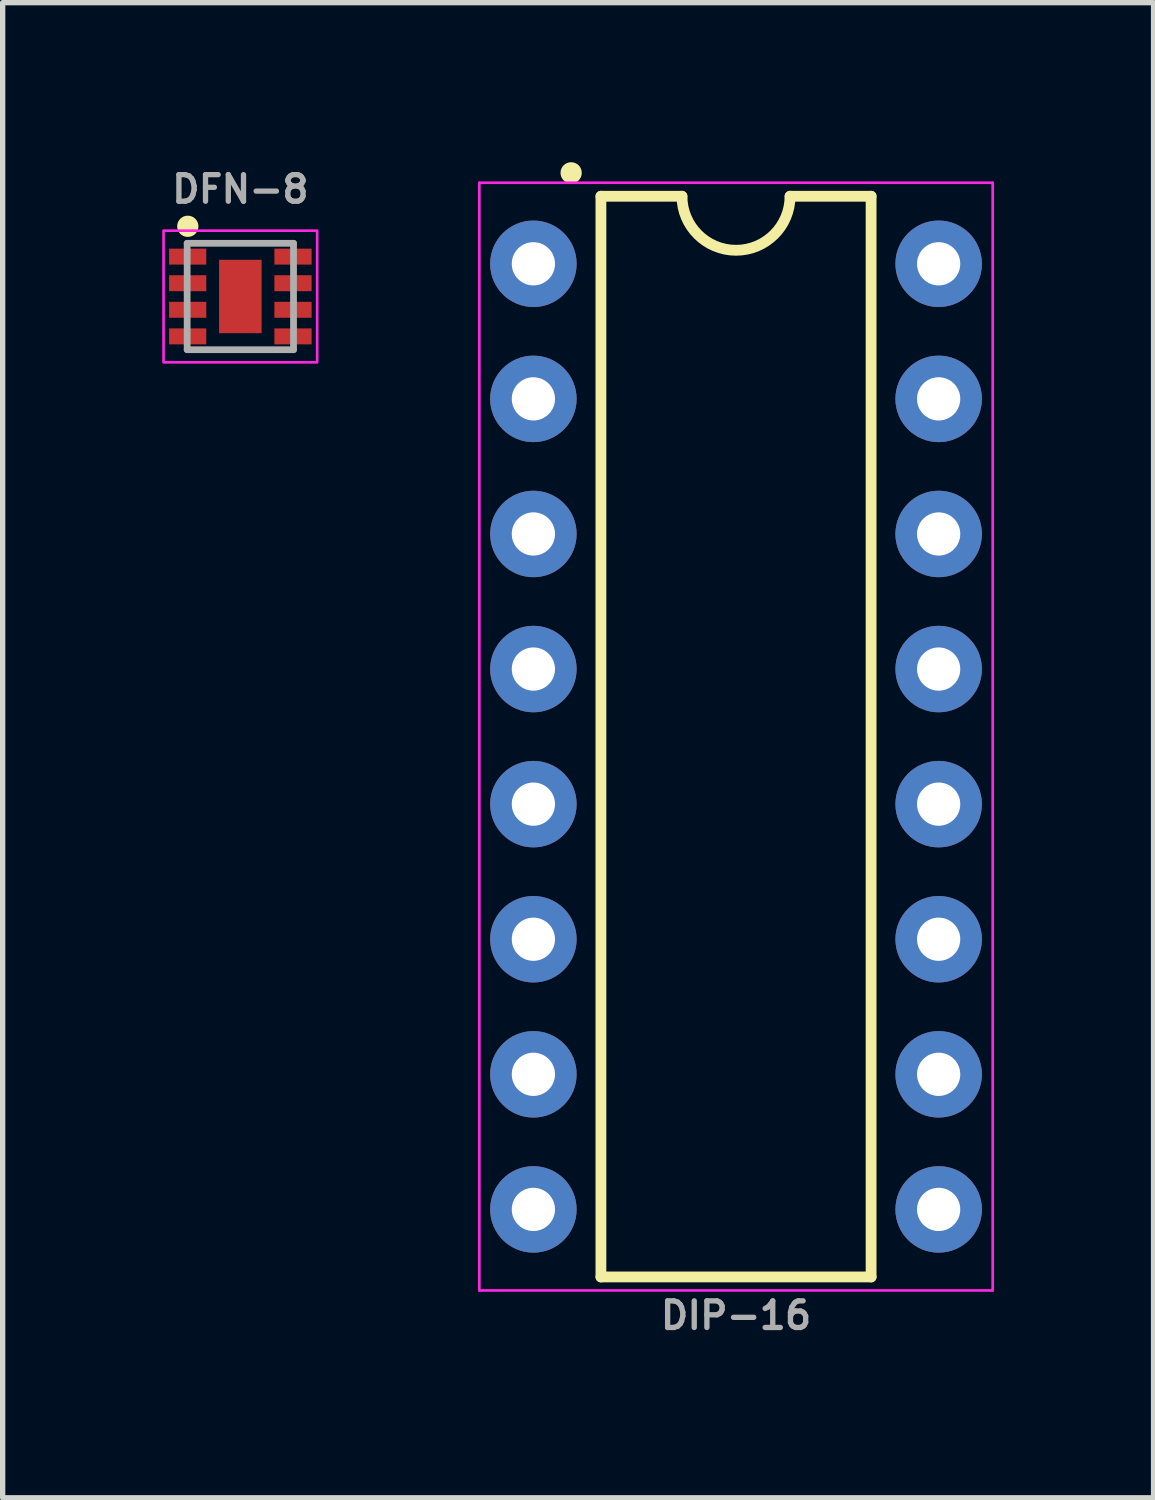
<source format=kicad_pcb>
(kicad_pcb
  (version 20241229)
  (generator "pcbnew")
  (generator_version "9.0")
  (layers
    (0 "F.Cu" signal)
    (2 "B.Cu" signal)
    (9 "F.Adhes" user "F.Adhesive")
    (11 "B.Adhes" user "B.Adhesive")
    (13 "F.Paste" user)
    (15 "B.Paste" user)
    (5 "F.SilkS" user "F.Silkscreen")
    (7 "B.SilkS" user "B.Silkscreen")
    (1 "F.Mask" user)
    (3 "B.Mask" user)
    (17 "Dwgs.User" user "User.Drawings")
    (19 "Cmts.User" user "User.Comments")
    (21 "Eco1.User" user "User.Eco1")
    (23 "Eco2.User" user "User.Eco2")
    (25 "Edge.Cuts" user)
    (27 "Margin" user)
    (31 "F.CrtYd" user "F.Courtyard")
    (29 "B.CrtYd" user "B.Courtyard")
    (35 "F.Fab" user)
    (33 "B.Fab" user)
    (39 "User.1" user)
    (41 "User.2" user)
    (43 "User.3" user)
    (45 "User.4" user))
  (footprint "DIP-16"
    (layer "F.Cu")
    (at 10.789 10.8)
    (property "Reference" "DIP-16" (at 0 11.176 0) (layer "F.Fab") (effects (font (size 0.5 0.5) (thickness 0.1) (bold yes)) (justify bottom)))
    (attr through_hole)
    (fp_line (start -2.54 -10.16) (end -2.54 10.16) (stroke (width 0.203) (type solid)) (layer "F.SilkS"))
    (fp_line (start -2.54 -10.16) (end -1.016 -10.16) (stroke (width 0.203) (type solid)) (layer "F.SilkS"))
    (fp_line (start 2.54 -10.16) (end 1.016 -10.16) (stroke (width 0.203) (type solid)) (layer "F.SilkS"))
    (fp_line (start 2.54 10.16) (end -2.54 10.16) (stroke (width 0.203) (type solid)) (layer "F.SilkS"))
    (fp_line (start 2.54 10.16) (end 2.54 -10.16) (stroke (width 0.203) (type solid)) (layer "F.SilkS"))
    (fp_arc (start 1.016 -10.16) (mid 0 -9.144) (end -1.016 -10.16) (stroke (width 0.2032) (type solid)) (layer "F.SilkS"))
    (fp_circle (center -3.1 -10.6) (end -3.2 -10.6) (stroke (width 0.2) (type solid)) (fill yes) (layer "F.SilkS"))
    (fp_line (start -4.826 -10.414) (end 4.826 -10.414) (stroke (width 0.05) (type default)) (layer "F.CrtYd"))
    (fp_line (start -4.826 10.414) (end -4.826 -10.414) (stroke (width 0.05) (type default)) (layer "F.CrtYd"))
    (fp_line (start 4.826 -10.414) (end 4.826 10.414) (stroke (width 0.05) (type default)) (layer "F.CrtYd"))
    (fp_line (start 4.826 10.414) (end -4.826 10.414) (stroke (width 0.05) (type default)) (layer "F.CrtYd"))
    (pad "1" thru_hole circle (at -3.81 -8.89) (size 1.626 1.626) (drill 0.813) (layers "*.Cu" "*.Mask"))
    (pad "2" thru_hole circle (at -3.81 -6.35) (size 1.626 1.626) (drill 0.813) (layers "*.Cu" "*.Mask"))
    (pad "3" thru_hole circle (at -3.81 -3.81) (size 1.626 1.626) (drill 0.813) (layers "*.Cu" "*.Mask"))
    (pad "4" thru_hole circle (at -3.81 -1.27) (size 1.626 1.626) (drill 0.813) (layers "*.Cu" "*.Mask"))
    (pad "5" thru_hole circle (at -3.81 1.27) (size 1.626 1.626) (drill 0.813) (layers "*.Cu" "*.Mask"))
    (pad "6" thru_hole circle (at -3.81 3.81) (size 1.626 1.626) (drill 0.813) (layers "*.Cu" "*.Mask"))
    (pad "7" thru_hole circle (at -3.81 6.35) (size 1.626 1.626) (drill 0.813) (layers "*.Cu" "*.Mask"))
    (pad "8" thru_hole circle (at -3.81 8.89) (size 1.626 1.626) (drill 0.813) (layers "*.Cu" "*.Mask"))
    (pad "9" thru_hole circle (at 3.81 8.89) (size 1.626 1.626) (drill 0.813) (layers "*.Cu" "*.Mask"))
    (pad "10" thru_hole circle (at 3.81 6.35) (size 1.626 1.626) (drill 0.813) (layers "*.Cu" "*.Mask"))
    (pad "11" thru_hole circle (at 3.81 3.81) (size 1.626 1.626) (drill 0.813) (layers "*.Cu" "*.Mask"))
    (pad "12" thru_hole circle (at 3.81 1.27) (size 1.626 1.626) (drill 0.813) (layers "*.Cu" "*.Mask"))
    (pad "13" thru_hole circle (at 3.81 -1.27) (size 1.626 1.626) (drill 0.813) (layers "*.Cu" "*.Mask"))
    (pad "14" thru_hole circle (at 3.81 -3.81) (size 1.626 1.626) (drill 0.813) (layers "*.Cu" "*.Mask"))
    (pad "15" thru_hole circle (at 3.81 -6.35) (size 1.626 1.626) (drill 0.813) (layers "*.Cu" "*.Mask"))
    (pad "16" thru_hole circle (at 3.81 -8.89) (size 1.626 1.626) (drill 0.813) (layers "*.Cu" "*.Mask")))
  (footprint "DFN-8"
    (layer "F.Cu")
    (at 1.469 2.525)
    (property "Reference" "DFN-8" (at 0 -1.725 0) (layer "F.Fab") (effects (font (size 0.5 0.5) (thickness 0.1) (bold yes)) (justify bottom)))
    (attr smd)
    (fp_poly (pts (xy -1.43 -0.97) (xy -1.43 -0.53) (xy -0.59 -0.53) (xy -0.59 -0.97)) (stroke (width 0) (type default)) (fill yes) (layer "F.Mask"))
    (fp_poly (pts (xy -1.43 -0.47) (xy -1.43 -0.03) (xy -0.59 -0.03) (xy -0.59 -0.47)) (stroke (width 0) (type default)) (fill yes) (layer "F.Mask"))
    (fp_poly (pts (xy -1.43 0.03) (xy -1.43 0.47) (xy -0.59 0.47) (xy -0.59 0.03)) (stroke (width 0) (type default)) (fill yes) (layer "F.Mask"))
    (fp_poly (pts (xy -1.43 0.53) (xy -1.43 0.97) (xy -0.59 0.97) (xy -0.59 0.53)) (stroke (width 0) (type default)) (fill yes) (layer "F.Mask"))
    (fp_poly (pts (xy -0.47 -0.76) (xy -0.47 0.76) (xy 0.47 0.76) (xy 0.47 -0.76)) (stroke (width 0) (type default)) (fill yes) (layer "F.Mask"))
    (fp_poly (pts (xy 0.57 -0.97) (xy 0.57 -0.53) (xy 1.41 -0.53) (xy 1.41 -0.97)) (stroke (width 0) (type default)) (fill yes) (layer "F.Mask"))
    (fp_poly (pts (xy 0.57 -0.47) (xy 0.57 -0.03) (xy 1.41 -0.03) (xy 1.41 -0.47)) (stroke (width 0) (type default)) (fill yes) (layer "F.Mask"))
    (fp_poly (pts (xy 0.57 0.03) (xy 0.57 0.47) (xy 1.41 0.47) (xy 1.41 0.03)) (stroke (width 0) (type default)) (fill yes) (layer "F.Mask"))
    (fp_poly (pts (xy 0.57 0.53) (xy 0.57 0.97) (xy 1.41 0.97) (xy 1.41 0.53)) (stroke (width 0) (type default)) (fill yes) (layer "F.Mask"))
    (fp_circle (center -0.988 -1.32) (end -1.088 -1.32) (stroke (width 0.2) (type solid)) (fill yes) (layer "F.SilkS"))
    (fp_poly (pts (xy -1.337 -0.875) (xy -1.337 -0.625) (xy -0.7 -0.625) (xy -0.7 -0.875)) (stroke (width 0) (type default)) (fill yes) (layer "F.Paste"))
    (fp_poly (pts (xy -1.337 -0.375) (xy -1.337 -0.125) (xy -0.7 -0.125) (xy -0.7 -0.375)) (stroke (width 0) (type default)) (fill yes) (layer "F.Paste"))
    (fp_poly (pts (xy -1.337 0.125) (xy -1.337 0.375) (xy -0.7 0.375) (xy -0.7 0.125)) (stroke (width 0) (type default)) (fill yes) (layer "F.Paste"))
    (fp_poly (pts (xy -1.337 0.625) (xy -1.337 0.875) (xy -0.7 0.875) (xy -0.7 0.625)) (stroke (width 0) (type default)) (fill yes) (layer "F.Paste"))
    (fp_poly (pts (xy -0.32 -0.59) (xy -0.32 -0.09) (xy 0.32 -0.09) (xy 0.32 -0.59)) (stroke (width 0) (type default)) (fill yes) (layer "F.Paste"))
    (fp_poly (pts (xy -0.32 0.09) (xy -0.32 0.59) (xy 0.32 0.59) (xy 0.32 0.09)) (stroke (width 0) (type default)) (fill yes) (layer "F.Paste"))
    (fp_poly (pts (xy 0.7 -0.875) (xy 0.7 -0.625) (xy 1.337 -0.625) (xy 1.337 -0.875)) (stroke (width 0) (type default)) (fill yes) (layer "F.Paste"))
    (fp_poly (pts (xy 0.7 -0.375) (xy 0.7 -0.125) (xy 1.337 -0.125) (xy 1.337 -0.375)) (stroke (width 0) (type default)) (fill yes) (layer "F.Paste"))
    (fp_poly (pts (xy 0.7 0.125) (xy 0.7 0.375) (xy 1.337 0.375) (xy 1.337 0.125)) (stroke (width 0) (type default)) (fill yes) (layer "F.Paste"))
    (fp_poly (pts (xy 0.7 0.625) (xy 0.7 0.875) (xy 1.337 0.875) (xy 1.337 0.625)) (stroke (width 0) (type default)) (fill yes) (layer "F.Paste"))
    (fp_rect (start 1.444 -1.238) (end -1.444 1.238) (stroke (width 0.05) (type default)) (fill no) (layer "F.CrtYd"))
    (fp_line (start -1 -1) (end 1 -1) (stroke (width 0.127) (type solid)) (layer "F.Fab"))
    (fp_line (start -1 1) (end -1 -1) (stroke (width 0.127) (type solid)) (layer "F.Fab"))
    (fp_line (start 1 -1) (end 1 1) (stroke (width 0.127) (type solid)) (layer "F.Fab"))
    (fp_line (start 1 1) (end -1 1) (stroke (width 0.127) (type solid)) (layer "F.Fab"))
    (pad "1" smd rect (at -0.99 -0.75) (size 0.7 0.3) (layers "F.Cu"))
    (pad "2" smd rect (at -0.99 -0.25) (size 0.7 0.3) (layers "F.Cu"))
    (pad "3" smd rect (at -0.99 0.25) (size 0.7 0.3) (layers "F.Cu"))
    (pad "4" smd rect (at -0.99 0.75) (size 0.7 0.3) (layers "F.Cu"))
    (pad "5" smd rect (at 0.99 0.75) (size 0.7 0.3) (layers "F.Cu"))
    (pad "6" smd rect (at 0.99 0.25) (size 0.7 0.3) (layers "F.Cu"))
    (pad "7" smd rect (at 0.99 -0.25) (size 0.7 0.3) (layers "F.Cu"))
    (pad "8" smd rect (at 0.99 -0.75) (size 0.7 0.3) (layers "F.Cu"))
    (pad "9" smd rect (at 0 0 270) (size 1.38 0.8) (layers "F.Cu")))
  (gr_rect
    (start -3 -3)
    (end 18.64 25.112)
    (stroke (width 0.1) (type default))
    (fill no)
    (layer "Edge.Cuts")))
</source>
